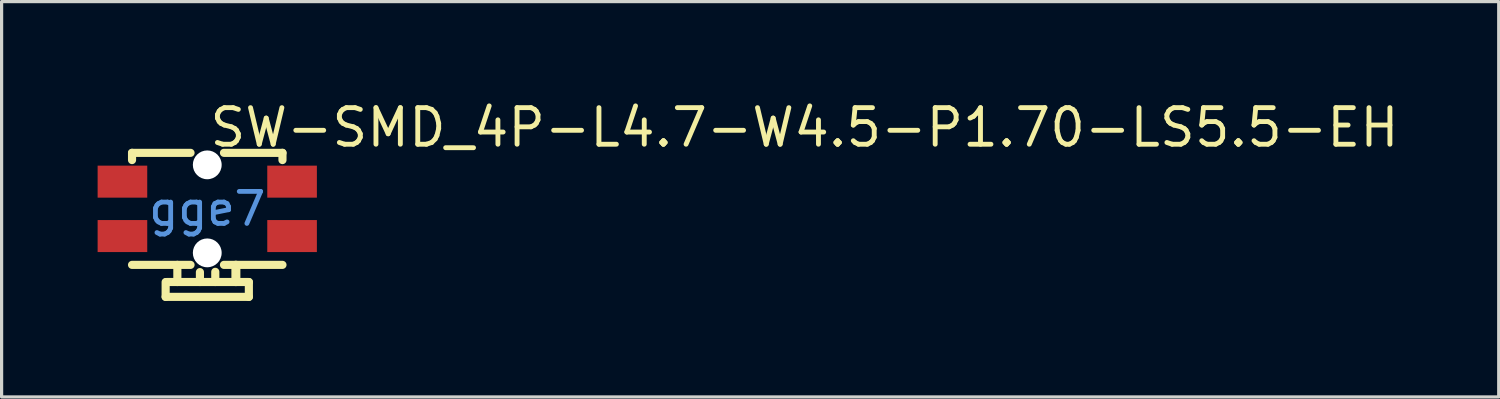
<source format=kicad_pcb>
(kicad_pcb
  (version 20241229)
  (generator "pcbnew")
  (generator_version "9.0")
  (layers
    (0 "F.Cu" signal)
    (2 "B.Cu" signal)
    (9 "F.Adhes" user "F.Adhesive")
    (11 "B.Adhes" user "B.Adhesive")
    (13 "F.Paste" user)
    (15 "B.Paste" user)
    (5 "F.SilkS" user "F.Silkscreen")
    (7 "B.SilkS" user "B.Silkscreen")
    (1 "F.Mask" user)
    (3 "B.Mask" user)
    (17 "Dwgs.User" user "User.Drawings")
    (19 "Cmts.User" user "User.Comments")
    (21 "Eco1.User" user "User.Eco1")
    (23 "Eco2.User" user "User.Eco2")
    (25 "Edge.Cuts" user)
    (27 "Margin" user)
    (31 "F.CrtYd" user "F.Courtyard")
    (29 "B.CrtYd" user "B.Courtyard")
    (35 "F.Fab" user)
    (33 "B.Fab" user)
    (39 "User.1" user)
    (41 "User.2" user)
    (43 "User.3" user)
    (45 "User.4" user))
  (footprint "SW-SMD_4P-L4.7-W4.5-P1.70-LS5.5-EH"
    (layer "F.Cu")
    (at 3.425 3.475)
    (property "Reference" "SW-SMD_4P-L4.7-W4.5-P1.70-LS5.5-EH" (at 0 -2.54 0) (layer "F.SilkS") (effects (font (size 1.143 1.143) (thickness 0.152)) (justify left)))
    (attr smd)
    (fp_line (start -2.35 -1.75) (end -0.522 -1.75) (stroke (width 0.254) (type solid)) (layer "F.SilkS"))
    (fp_line (start -2.35 -1.524) (end -2.35 -1.75) (stroke (width 0.254) (type solid)) (layer "F.SilkS"))
    (fp_line (start -2.35 1.75) (end -0.522 1.75) (stroke (width 0.254) (type solid)) (layer "F.SilkS"))
    (fp_line (start -1.3 2.286) (end -1.3 2.75) (stroke (width 0.254) (type solid)) (layer "F.SilkS"))
    (fp_line (start -1.3 2.75) (end 1.3 2.75) (stroke (width 0.254) (type solid)) (layer "F.SilkS"))
    (fp_line (start -0.934 2.286) (end -0.934 1.75) (stroke (width 0.254) (type solid)) (layer "F.SilkS"))
    (fp_line (start -0.229 2.286) (end -0.229 1.976) (stroke (width 0.254) (type solid)) (layer "F.SilkS"))
    (fp_line (start 0.251 2.286) (end 0.251 1.967) (stroke (width 0.254) (type solid)) (layer "F.SilkS"))
    (fp_line (start 0.522 -1.75) (end 2.35 -1.75) (stroke (width 0.254) (type solid)) (layer "F.SilkS"))
    (fp_line (start 0.522 1.75) (end 2.35 1.75) (stroke (width 0.254) (type solid)) (layer "F.SilkS"))
    (fp_line (start 0.881 2.286) (end 0.881 1.75) (stroke (width 0.254) (type solid)) (layer "F.SilkS"))
    (fp_line (start 0.908 2.286) (end 0.908 1.75) (stroke (width 0.254) (type solid)) (layer "F.SilkS"))
    (fp_line (start 1.3 2.286) (end -1.27 2.286) (stroke (width 0.254) (type solid)) (layer "F.SilkS"))
    (fp_line (start 1.3 2.75) (end 1.3 2.286) (stroke (width 0.254) (type solid)) (layer "F.SilkS"))
    (fp_line (start 2.35 -1.75) (end 2.35 -1.524) (stroke (width 0.254) (type solid)) (layer "F.SilkS"))
    (fp_text user "gge7" (at 0 0 0) (layer "Cmts.User") (effects (font (size 1 1) (thickness 0.15))))
    (pad "" np_thru_hole circle (at 0 -1.375) (size 0.9 0.9) (drill 0.9) (layers "*.Cu" "*.Mask"))
    (pad "" np_thru_hole circle (at 0 1.375) (size 0.9 0.9) (drill 0.9) (layers "*.Cu" "*.Mask"))
    (pad "1" smd rect (at -2.65 -0.85 90) (size 1 1.55) (layers "F.Cu" "F.Mask" "F.Paste"))
    (pad "1" smd rect (at 2.65 -0.85 90) (size 1 1.55) (layers "F.Cu" "F.Mask" "F.Paste"))
    (pad "2" smd rect (at -2.65 0.85 90) (size 1 1.55) (layers "F.Cu" "F.Mask" "F.Paste"))
    (pad "2" smd rect (at 2.65 0.85 90) (size 1 1.55) (layers "F.Cu" "F.Mask" "F.Paste")))
  (gr_rect
    (start -3 -3)
    (end 43.773 9.352)
    (stroke (width 0.1) (type default))
    (fill no)
    (layer "Edge.Cuts")))
</source>
